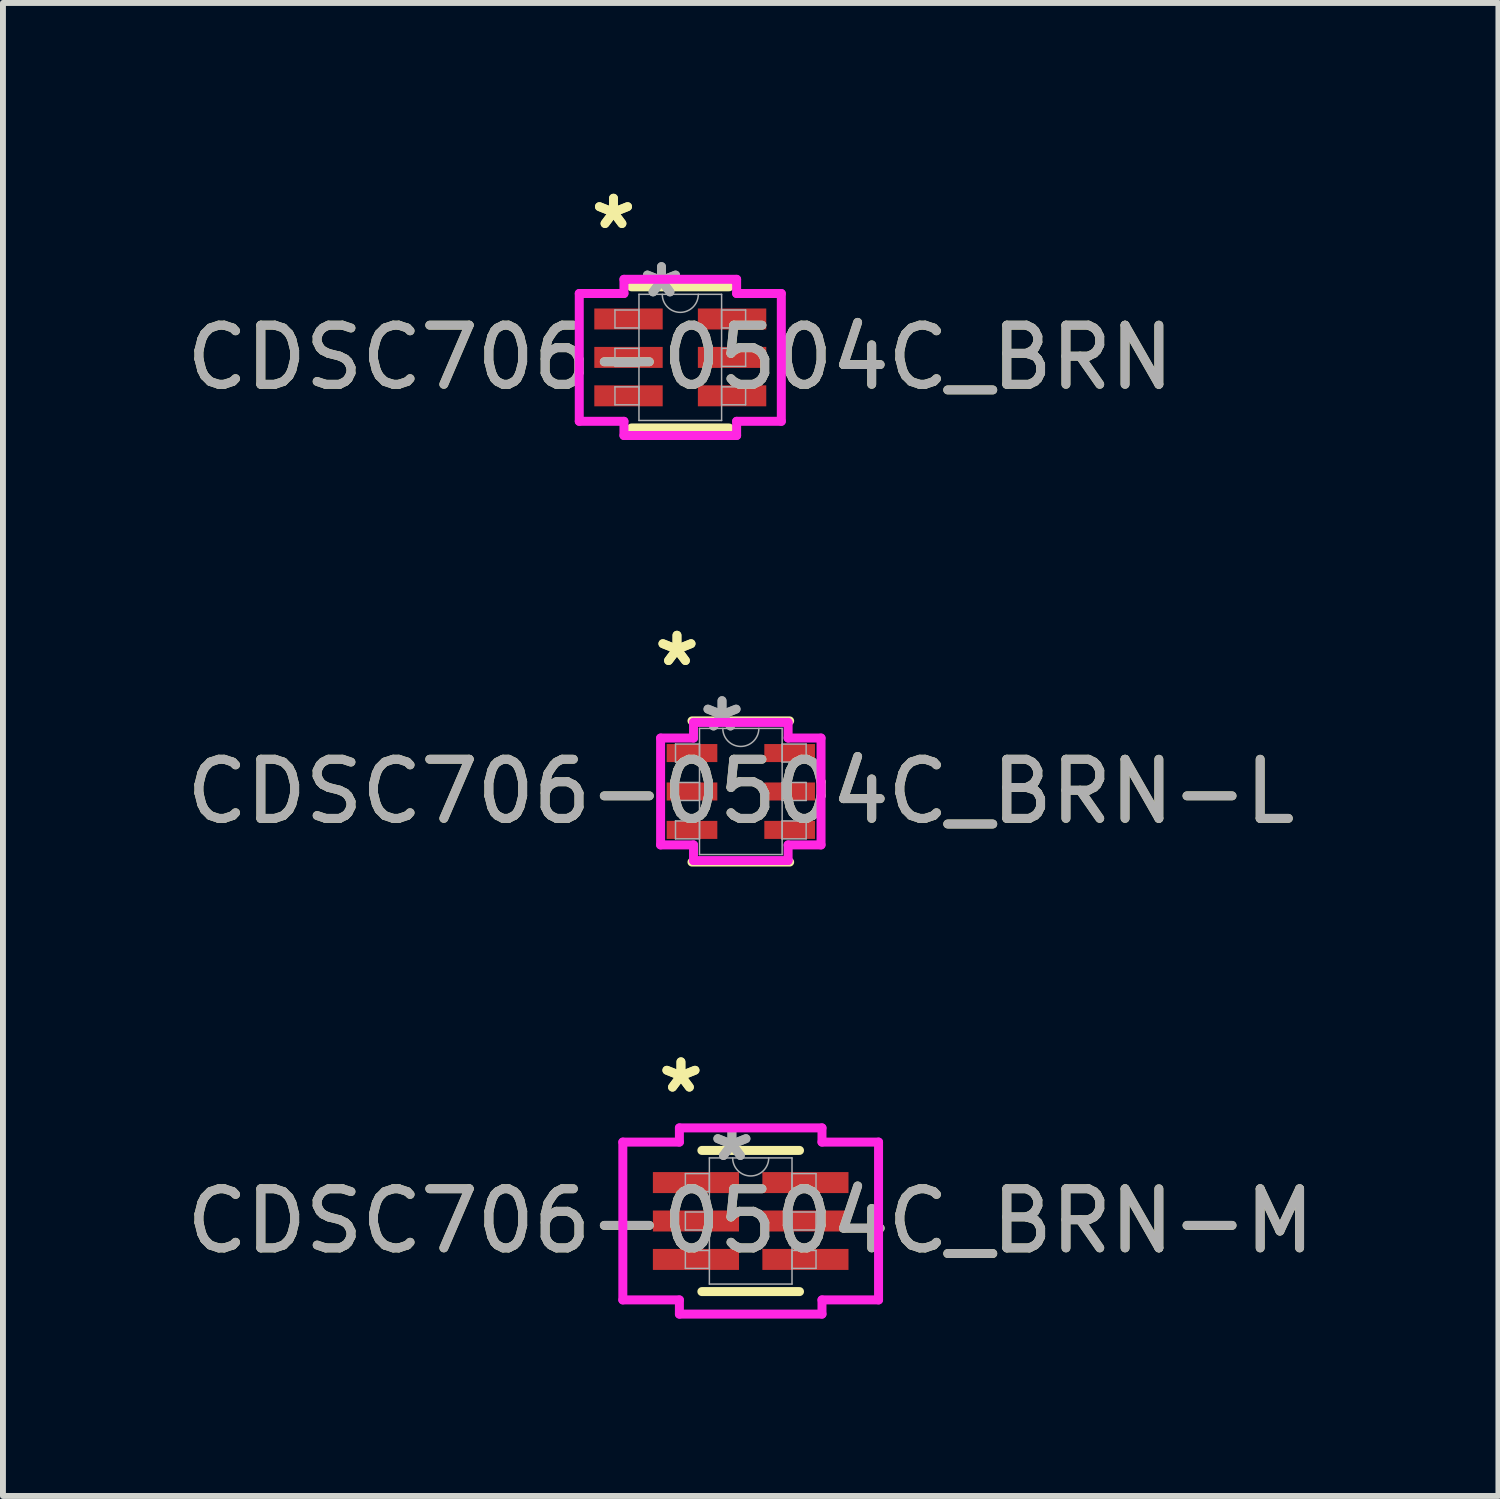
<source format=kicad_pcb>
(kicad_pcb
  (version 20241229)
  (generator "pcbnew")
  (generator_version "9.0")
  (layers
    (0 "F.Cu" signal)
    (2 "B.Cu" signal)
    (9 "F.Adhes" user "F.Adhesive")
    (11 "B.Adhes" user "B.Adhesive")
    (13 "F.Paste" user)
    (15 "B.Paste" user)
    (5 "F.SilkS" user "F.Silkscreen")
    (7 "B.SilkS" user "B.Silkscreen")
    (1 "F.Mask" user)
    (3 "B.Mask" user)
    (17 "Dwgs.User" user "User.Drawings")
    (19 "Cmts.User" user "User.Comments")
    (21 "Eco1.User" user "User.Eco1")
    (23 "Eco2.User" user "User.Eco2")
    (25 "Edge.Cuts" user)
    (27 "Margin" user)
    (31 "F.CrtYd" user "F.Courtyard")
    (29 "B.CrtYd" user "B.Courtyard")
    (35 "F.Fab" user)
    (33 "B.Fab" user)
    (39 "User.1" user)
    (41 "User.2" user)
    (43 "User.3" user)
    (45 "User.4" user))
  (footprint "CDSC706-0504C_BRN-L"
    (layer "F.Cu")
    (at 9.482 10.339)
    (property "Reference" "CDSC706-0504C_BRN-L" (at 0 0 0) (unlocked yes) (layer "F.SilkS") (effects (font (size 1 1) (thickness 0.15))))
    (attr smd)
    (fp_line (start -0.826 1.194) (end 0.826 1.194) (stroke (width 0.152) (type solid)) (layer "F.SilkS"))
    (fp_line (start 0.826 -1.194) (end -0.826 -1.194) (stroke (width 0.152) (type solid)) (layer "F.SilkS"))
    (fp_line (start -1.357 -0.904) (end -0.8 -0.904) (stroke (width 0.152) (type solid)) (layer "F.CrtYd"))
    (fp_line (start -1.357 0.904) (end -1.357 -0.904) (stroke (width 0.152) (type solid)) (layer "F.CrtYd"))
    (fp_line (start -1.357 0.904) (end -0.8 0.904) (stroke (width 0.152) (type solid)) (layer "F.CrtYd"))
    (fp_line (start -0.8 -1.168) (end 0.8 -1.168) (stroke (width 0.152) (type solid)) (layer "F.CrtYd"))
    (fp_line (start -0.8 -0.904) (end -0.8 -1.168) (stroke (width 0.152) (type solid)) (layer "F.CrtYd"))
    (fp_line (start -0.8 1.168) (end -0.8 0.904) (stroke (width 0.152) (type solid)) (layer "F.CrtYd"))
    (fp_line (start 0.8 -1.168) (end 0.8 -0.904) (stroke (width 0.152) (type solid)) (layer "F.CrtYd"))
    (fp_line (start 0.8 0.904) (end 0.8 1.168) (stroke (width 0.152) (type solid)) (layer "F.CrtYd"))
    (fp_line (start 0.8 1.168) (end -0.8 1.168) (stroke (width 0.152) (type solid)) (layer "F.CrtYd"))
    (fp_line (start 1.357 -0.904) (end 0.8 -0.904) (stroke (width 0.152) (type solid)) (layer "F.CrtYd"))
    (fp_line (start 1.357 -0.904) (end 1.357 0.904) (stroke (width 0.152) (type solid)) (layer "F.CrtYd"))
    (fp_line (start 1.357 0.904) (end 0.8 0.904) (stroke (width 0.152) (type solid)) (layer "F.CrtYd"))
    (fp_line (start -1.105 -0.802) (end -1.105 -0.498) (stroke (width 0.025) (type solid)) (layer "F.Fab"))
    (fp_line (start -1.105 -0.498) (end -0.699 -0.498) (stroke (width 0.025) (type solid)) (layer "F.Fab"))
    (fp_line (start -1.105 -0.152) (end -1.105 0.152) (stroke (width 0.025) (type solid)) (layer "F.Fab"))
    (fp_line (start -1.105 0.152) (end -0.699 0.152) (stroke (width 0.025) (type solid)) (layer "F.Fab"))
    (fp_line (start -1.105 0.498) (end -1.105 0.802) (stroke (width 0.025) (type solid)) (layer "F.Fab"))
    (fp_line (start -1.105 0.802) (end -0.699 0.802) (stroke (width 0.025) (type solid)) (layer "F.Fab"))
    (fp_line (start -0.699 -1.067) (end -0.699 1.067) (stroke (width 0.025) (type solid)) (layer "F.Fab"))
    (fp_line (start -0.699 -0.802) (end -1.105 -0.802) (stroke (width 0.025) (type solid)) (layer "F.Fab"))
    (fp_line (start -0.699 -0.498) (end -0.699 -0.802) (stroke (width 0.025) (type solid)) (layer "F.Fab"))
    (fp_line (start -0.699 -0.152) (end -1.105 -0.152) (stroke (width 0.025) (type solid)) (layer "F.Fab"))
    (fp_line (start -0.699 0.152) (end -0.699 -0.152) (stroke (width 0.025) (type solid)) (layer "F.Fab"))
    (fp_line (start -0.699 0.498) (end -1.105 0.498) (stroke (width 0.025) (type solid)) (layer "F.Fab"))
    (fp_line (start -0.699 0.802) (end -0.699 0.498) (stroke (width 0.025) (type solid)) (layer "F.Fab"))
    (fp_line (start -0.699 1.067) (end 0.699 1.067) (stroke (width 0.025) (type solid)) (layer "F.Fab"))
    (fp_line (start 0.699 -1.067) (end -0.699 -1.067) (stroke (width 0.025) (type solid)) (layer "F.Fab"))
    (fp_line (start 0.699 -0.802) (end 0.699 -0.498) (stroke (width 0.025) (type solid)) (layer "F.Fab"))
    (fp_line (start 0.699 -0.498) (end 1.105 -0.498) (stroke (width 0.025) (type solid)) (layer "F.Fab"))
    (fp_line (start 0.699 -0.152) (end 0.699 0.152) (stroke (width 0.025) (type solid)) (layer "F.Fab"))
    (fp_line (start 0.699 0.152) (end 1.105 0.152) (stroke (width 0.025) (type solid)) (layer "F.Fab"))
    (fp_line (start 0.699 0.498) (end 0.699 0.802) (stroke (width 0.025) (type solid)) (layer "F.Fab"))
    (fp_line (start 0.699 0.802) (end 1.105 0.802) (stroke (width 0.025) (type solid)) (layer "F.Fab"))
    (fp_line (start 0.699 1.067) (end 0.699 -1.067) (stroke (width 0.025) (type solid)) (layer "F.Fab"))
    (fp_line (start 1.105 -0.802) (end 0.699 -0.802) (stroke (width 0.025) (type solid)) (layer "F.Fab"))
    (fp_line (start 1.105 -0.498) (end 1.105 -0.802) (stroke (width 0.025) (type solid)) (layer "F.Fab"))
    (fp_line (start 1.105 -0.152) (end 0.699 -0.152) (stroke (width 0.025) (type solid)) (layer "F.Fab"))
    (fp_line (start 1.105 0.152) (end 1.105 -0.152) (stroke (width 0.025) (type solid)) (layer "F.Fab"))
    (fp_line (start 1.105 0.498) (end 0.699 0.498) (stroke (width 0.025) (type solid)) (layer "F.Fab"))
    (fp_line (start 1.105 0.802) (end 1.105 0.498) (stroke (width 0.025) (type solid)) (layer "F.Fab"))
    (fp_arc (start 0.3048 -1.0668) (mid 0 -0.762) (end -0.3048 -1.0668) (stroke (width 0.0254) (type solid)) (layer "F.Fab"))
    (fp_text user "*" (at -1.08 -2.098 0) (unlocked yes) (layer "F.SilkS") (effects (font (size 1 1) (thickness 0.15))))
    (fp_text user "*" (at -1.08 -2.098 0) (layer "F.SilkS") (effects (font (size 1 1) (thickness 0.15))))
    (fp_text user "${REFERENCE}" (at 0 0 0) (unlocked yes) (layer "F.Fab") (effects (font (size 1 1) (thickness 0.15))))
    (fp_text user "*" (at -0.318 -0.991 0) (unlocked yes) (layer "F.Fab") (effects (font (size 1 1) (thickness 0.15))))
    (fp_text user "*" (at -0.318 -0.991 0) (layer "F.Fab") (effects (font (size 1 1) (thickness 0.15))))
    (pad "1" smd rect (at -0.826 -0.65) (size 0.857 0.305) (layers "F.Cu" "F.Mask" "F.Paste"))
    (pad "2" smd rect (at -0.826 0) (size 0.857 0.305) (layers "F.Cu" "F.Mask" "F.Paste"))
    (pad "3" smd rect (at -0.826 0.65) (size 0.857 0.305) (layers "F.Cu" "F.Mask" "F.Paste"))
    (pad "4" smd rect (at 0.826 0.65) (size 0.857 0.305) (layers "F.Cu" "F.Mask" "F.Paste"))
    (pad "5" smd rect (at 0.826 0) (size 0.857 0.305) (layers "F.Cu" "F.Mask" "F.Paste"))
    (pad "6" smd rect (at 0.826 -0.65) (size 0.857 0.305) (layers "F.Cu" "F.Mask" "F.Paste")))
  (footprint "CDSC706-0504C_BRN-M"
    (layer "F.Cu")
    (at 9.649 17.605)
    (property "Reference" "CDSC706-0504C_BRN-M" (at 0 0 0) (unlocked yes) (layer "F.SilkS") (effects (font (size 1 1) (thickness 0.15))))
    (attr smd)
    (fp_line (start -0.826 1.194) (end 0.826 1.194) (stroke (width 0.152) (type solid)) (layer "F.SilkS"))
    (fp_line (start 0.826 -1.194) (end -0.826 -1.194) (stroke (width 0.152) (type solid)) (layer "F.SilkS"))
    (fp_line (start -2.163 -1.335) (end -1.206 -1.335) (stroke (width 0.152) (type solid)) (layer "F.CrtYd"))
    (fp_line (start -2.163 1.335) (end -2.163 -1.335) (stroke (width 0.152) (type solid)) (layer "F.CrtYd"))
    (fp_line (start -2.163 1.335) (end -1.206 1.335) (stroke (width 0.152) (type solid)) (layer "F.CrtYd"))
    (fp_line (start -1.206 -1.575) (end 1.206 -1.575) (stroke (width 0.152) (type solid)) (layer "F.CrtYd"))
    (fp_line (start -1.206 -1.335) (end -1.206 -1.575) (stroke (width 0.152) (type solid)) (layer "F.CrtYd"))
    (fp_line (start -1.206 1.575) (end -1.206 1.335) (stroke (width 0.152) (type solid)) (layer "F.CrtYd"))
    (fp_line (start 1.206 -1.575) (end 1.206 -1.335) (stroke (width 0.152) (type solid)) (layer "F.CrtYd"))
    (fp_line (start 1.206 1.335) (end 1.206 1.575) (stroke (width 0.152) (type solid)) (layer "F.CrtYd"))
    (fp_line (start 1.206 1.575) (end -1.206 1.575) (stroke (width 0.152) (type solid)) (layer "F.CrtYd"))
    (fp_line (start 2.163 -1.335) (end 1.206 -1.335) (stroke (width 0.152) (type solid)) (layer "F.CrtYd"))
    (fp_line (start 2.163 -1.335) (end 2.163 1.335) (stroke (width 0.152) (type solid)) (layer "F.CrtYd"))
    (fp_line (start 2.163 1.335) (end 1.206 1.335) (stroke (width 0.152) (type solid)) (layer "F.CrtYd"))
    (fp_line (start -1.105 -0.802) (end -1.105 -0.498) (stroke (width 0.025) (type solid)) (layer "F.Fab"))
    (fp_line (start -1.105 -0.498) (end -0.699 -0.498) (stroke (width 0.025) (type solid)) (layer "F.Fab"))
    (fp_line (start -1.105 -0.152) (end -1.105 0.152) (stroke (width 0.025) (type solid)) (layer "F.Fab"))
    (fp_line (start -1.105 0.152) (end -0.699 0.152) (stroke (width 0.025) (type solid)) (layer "F.Fab"))
    (fp_line (start -1.105 0.498) (end -1.105 0.802) (stroke (width 0.025) (type solid)) (layer "F.Fab"))
    (fp_line (start -1.105 0.802) (end -0.699 0.802) (stroke (width 0.025) (type solid)) (layer "F.Fab"))
    (fp_line (start -0.699 -1.067) (end -0.699 1.067) (stroke (width 0.025) (type solid)) (layer "F.Fab"))
    (fp_line (start -0.699 -0.802) (end -1.105 -0.802) (stroke (width 0.025) (type solid)) (layer "F.Fab"))
    (fp_line (start -0.699 -0.498) (end -0.699 -0.802) (stroke (width 0.025) (type solid)) (layer "F.Fab"))
    (fp_line (start -0.699 -0.152) (end -1.105 -0.152) (stroke (width 0.025) (type solid)) (layer "F.Fab"))
    (fp_line (start -0.699 0.152) (end -0.699 -0.152) (stroke (width 0.025) (type solid)) (layer "F.Fab"))
    (fp_line (start -0.699 0.498) (end -1.105 0.498) (stroke (width 0.025) (type solid)) (layer "F.Fab"))
    (fp_line (start -0.699 0.802) (end -0.699 0.498) (stroke (width 0.025) (type solid)) (layer "F.Fab"))
    (fp_line (start -0.699 1.067) (end 0.699 1.067) (stroke (width 0.025) (type solid)) (layer "F.Fab"))
    (fp_line (start 0.699 -1.067) (end -0.699 -1.067) (stroke (width 0.025) (type solid)) (layer "F.Fab"))
    (fp_line (start 0.699 -0.802) (end 0.699 -0.498) (stroke (width 0.025) (type solid)) (layer "F.Fab"))
    (fp_line (start 0.699 -0.498) (end 1.105 -0.498) (stroke (width 0.025) (type solid)) (layer "F.Fab"))
    (fp_line (start 0.699 -0.152) (end 0.699 0.152) (stroke (width 0.025) (type solid)) (layer "F.Fab"))
    (fp_line (start 0.699 0.152) (end 1.105 0.152) (stroke (width 0.025) (type solid)) (layer "F.Fab"))
    (fp_line (start 0.699 0.498) (end 0.699 0.802) (stroke (width 0.025) (type solid)) (layer "F.Fab"))
    (fp_line (start 0.699 0.802) (end 1.105 0.802) (stroke (width 0.025) (type solid)) (layer "F.Fab"))
    (fp_line (start 0.699 1.067) (end 0.699 -1.067) (stroke (width 0.025) (type solid)) (layer "F.Fab"))
    (fp_line (start 1.105 -0.802) (end 0.699 -0.802) (stroke (width 0.025) (type solid)) (layer "F.Fab"))
    (fp_line (start 1.105 -0.498) (end 1.105 -0.802) (stroke (width 0.025) (type solid)) (layer "F.Fab"))
    (fp_line (start 1.105 -0.152) (end 0.699 -0.152) (stroke (width 0.025) (type solid)) (layer "F.Fab"))
    (fp_line (start 1.105 0.152) (end 1.105 -0.152) (stroke (width 0.025) (type solid)) (layer "F.Fab"))
    (fp_line (start 1.105 0.498) (end 0.699 0.498) (stroke (width 0.025) (type solid)) (layer "F.Fab"))
    (fp_line (start 1.105 0.802) (end 1.105 0.498) (stroke (width 0.025) (type solid)) (layer "F.Fab"))
    (fp_arc (start 0.3048 -1.0668) (mid 0 -0.762) (end -0.3048 -1.0668) (stroke (width 0.0254) (type solid)) (layer "F.Fab"))
    (fp_text user "*" (at -1.18 -2.148 0) (unlocked yes) (layer "F.SilkS") (effects (font (size 1 1) (thickness 0.15))))
    (fp_text user "*" (at -1.18 -2.148 0) (layer "F.SilkS") (effects (font (size 1 1) (thickness 0.15))))
    (fp_text user "${REFERENCE}" (at 0 0 0) (unlocked yes) (layer "F.Fab") (effects (font (size 1 1) (thickness 0.15))))
    (fp_text user "*" (at -0.318 -0.991 0) (unlocked yes) (layer "F.Fab") (effects (font (size 1 1) (thickness 0.15))))
    (fp_text user "*" (at -0.318 -0.991 0) (layer "F.Fab") (effects (font (size 1 1) (thickness 0.15))))
    (pad "1" smd rect (at -0.926 -0.65) (size 1.457 0.355) (layers "F.Cu" "F.Mask" "F.Paste"))
    (pad "2" smd rect (at -0.926 0) (size 1.457 0.355) (layers "F.Cu" "F.Mask" "F.Paste"))
    (pad "3" smd rect (at -0.926 0.65) (size 1.457 0.355) (layers "F.Cu" "F.Mask" "F.Paste"))
    (pad "4" smd rect (at 0.926 0.65) (size 1.457 0.355) (layers "F.Cu" "F.Mask" "F.Paste"))
    (pad "5" smd rect (at 0.926 0) (size 1.457 0.355) (layers "F.Cu" "F.Mask" "F.Paste"))
    (pad "6" smd rect (at 0.926 -0.65) (size 1.457 0.355) (layers "F.Cu" "F.Mask" "F.Paste")))
  (footprint "CDSC706-0504C_BRN"
    (layer "F.Cu")
    (at 8.458 2.996)
    (property "Reference" "CDSC706-0504C_BRN" (at 0 0 0) (unlocked yes) (layer "F.SilkS") (effects (font (size 1 1) (thickness 0.15))))
    (attr smd)
    (fp_line (start -0.826 1.194) (end 0.826 1.194) (stroke (width 0.152) (type solid)) (layer "F.SilkS"))
    (fp_line (start 0.826 -1.194) (end -0.826 -1.194) (stroke (width 0.152) (type solid)) (layer "F.SilkS"))
    (fp_line (start -1.709 -1.081) (end -0.953 -1.081) (stroke (width 0.152) (type solid)) (layer "F.CrtYd"))
    (fp_line (start -1.709 1.081) (end -1.709 -1.081) (stroke (width 0.152) (type solid)) (layer "F.CrtYd"))
    (fp_line (start -1.709 1.081) (end -0.953 1.081) (stroke (width 0.152) (type solid)) (layer "F.CrtYd"))
    (fp_line (start -0.953 -1.321) (end 0.953 -1.321) (stroke (width 0.152) (type solid)) (layer "F.CrtYd"))
    (fp_line (start -0.953 -1.081) (end -0.953 -1.321) (stroke (width 0.152) (type solid)) (layer "F.CrtYd"))
    (fp_line (start -0.953 1.321) (end -0.953 1.081) (stroke (width 0.152) (type solid)) (layer "F.CrtYd"))
    (fp_line (start 0.953 -1.321) (end 0.953 -1.081) (stroke (width 0.152) (type solid)) (layer "F.CrtYd"))
    (fp_line (start 0.953 1.081) (end 0.953 1.321) (stroke (width 0.152) (type solid)) (layer "F.CrtYd"))
    (fp_line (start 0.953 1.321) (end -0.953 1.321) (stroke (width 0.152) (type solid)) (layer "F.CrtYd"))
    (fp_line (start 1.709 -1.081) (end 0.953 -1.081) (stroke (width 0.152) (type solid)) (layer "F.CrtYd"))
    (fp_line (start 1.709 -1.081) (end 1.709 1.081) (stroke (width 0.152) (type solid)) (layer "F.CrtYd"))
    (fp_line (start 1.709 1.081) (end 0.953 1.081) (stroke (width 0.152) (type solid)) (layer "F.CrtYd"))
    (fp_line (start -1.105 -0.802) (end -1.105 -0.498) (stroke (width 0.025) (type solid)) (layer "F.Fab"))
    (fp_line (start -1.105 -0.498) (end -0.699 -0.498) (stroke (width 0.025) (type solid)) (layer "F.Fab"))
    (fp_line (start -1.105 -0.152) (end -1.105 0.152) (stroke (width 0.025) (type solid)) (layer "F.Fab"))
    (fp_line (start -1.105 0.152) (end -0.699 0.152) (stroke (width 0.025) (type solid)) (layer "F.Fab"))
    (fp_line (start -1.105 0.498) (end -1.105 0.802) (stroke (width 0.025) (type solid)) (layer "F.Fab"))
    (fp_line (start -1.105 0.802) (end -0.699 0.802) (stroke (width 0.025) (type solid)) (layer "F.Fab"))
    (fp_line (start -0.699 -1.067) (end -0.699 1.067) (stroke (width 0.025) (type solid)) (layer "F.Fab"))
    (fp_line (start -0.699 -0.802) (end -1.105 -0.802) (stroke (width 0.025) (type solid)) (layer "F.Fab"))
    (fp_line (start -0.699 -0.498) (end -0.699 -0.802) (stroke (width 0.025) (type solid)) (layer "F.Fab"))
    (fp_line (start -0.699 -0.152) (end -1.105 -0.152) (stroke (width 0.025) (type solid)) (layer "F.Fab"))
    (fp_line (start -0.699 0.152) (end -0.699 -0.152) (stroke (width 0.025) (type solid)) (layer "F.Fab"))
    (fp_line (start -0.699 0.498) (end -1.105 0.498) (stroke (width 0.025) (type solid)) (layer "F.Fab"))
    (fp_line (start -0.699 0.802) (end -0.699 0.498) (stroke (width 0.025) (type solid)) (layer "F.Fab"))
    (fp_line (start -0.699 1.067) (end 0.699 1.067) (stroke (width 0.025) (type solid)) (layer "F.Fab"))
    (fp_line (start 0.699 -1.067) (end -0.699 -1.067) (stroke (width 0.025) (type solid)) (layer "F.Fab"))
    (fp_line (start 0.699 -0.802) (end 0.699 -0.498) (stroke (width 0.025) (type solid)) (layer "F.Fab"))
    (fp_line (start 0.699 -0.498) (end 1.105 -0.498) (stroke (width 0.025) (type solid)) (layer "F.Fab"))
    (fp_line (start 0.699 -0.152) (end 0.699 0.152) (stroke (width 0.025) (type solid)) (layer "F.Fab"))
    (fp_line (start 0.699 0.152) (end 1.105 0.152) (stroke (width 0.025) (type solid)) (layer "F.Fab"))
    (fp_line (start 0.699 0.498) (end 0.699 0.802) (stroke (width 0.025) (type solid)) (layer "F.Fab"))
    (fp_line (start 0.699 0.802) (end 1.105 0.802) (stroke (width 0.025) (type solid)) (layer "F.Fab"))
    (fp_line (start 0.699 1.067) (end 0.699 -1.067) (stroke (width 0.025) (type solid)) (layer "F.Fab"))
    (fp_line (start 1.105 -0.802) (end 0.699 -0.802) (stroke (width 0.025) (type solid)) (layer "F.Fab"))
    (fp_line (start 1.105 -0.498) (end 1.105 -0.802) (stroke (width 0.025) (type solid)) (layer "F.Fab"))
    (fp_line (start 1.105 -0.152) (end 0.699 -0.152) (stroke (width 0.025) (type solid)) (layer "F.Fab"))
    (fp_line (start 1.105 0.152) (end 1.105 -0.152) (stroke (width 0.025) (type solid)) (layer "F.Fab"))
    (fp_line (start 1.105 0.498) (end 0.699 0.498) (stroke (width 0.025) (type solid)) (layer "F.Fab"))
    (fp_line (start 1.105 0.802) (end 1.105 0.498) (stroke (width 0.025) (type solid)) (layer "F.Fab"))
    (fp_arc (start 0.3048 -1.0668) (mid 0 -0.762) (end -0.3048 -1.0668) (stroke (width 0.0254) (type solid)) (layer "F.Fab"))
    (fp_text user "*" (at -1.13 -2.148 0) (layer "F.SilkS") (effects (font (size 1 1) (thickness 0.15))))
    (fp_text user "*" (at -1.13 -2.148 0) (unlocked yes) (layer "F.SilkS") (effects (font (size 1 1) (thickness 0.15))))
    (fp_text user "*" (at -0.318 -0.991 0) (unlocked yes) (layer "F.Fab") (effects (font (size 1 1) (thickness 0.15))))
    (fp_text user "*" (at -0.318 -0.991 0) (layer "F.Fab") (effects (font (size 1 1) (thickness 0.15))))
    (fp_text user "${REFERENCE}" (at 0 0 0) (unlocked yes) (layer "F.Fab") (effects (font (size 1 1) (thickness 0.15))))
    (pad "1" smd rect (at -0.876 -0.65) (size 1.157 0.355) (layers "F.Cu" "F.Mask" "F.Paste"))
    (pad "2" smd rect (at -0.876 0) (size 1.157 0.355) (layers "F.Cu" "F.Mask" "F.Paste"))
    (pad "3" smd rect (at -0.876 0.65) (size 1.157 0.355) (layers "F.Cu" "F.Mask" "F.Paste"))
    (pad "4" smd rect (at 0.876 0.65) (size 1.157 0.355) (layers "F.Cu" "F.Mask" "F.Paste"))
    (pad "5" smd rect (at 0.876 0) (size 1.157 0.355) (layers "F.Cu" "F.Mask" "F.Paste"))
    (pad "6" smd rect (at 0.876 -0.65) (size 1.157 0.355) (layers "F.Cu" "F.Mask" "F.Paste")))
  (gr_rect
    (start -3 -3)
    (end 22.298 22.256)
    (stroke (width 0.1) (type default))
    (fill no)
    (layer "Edge.Cuts")))
</source>
